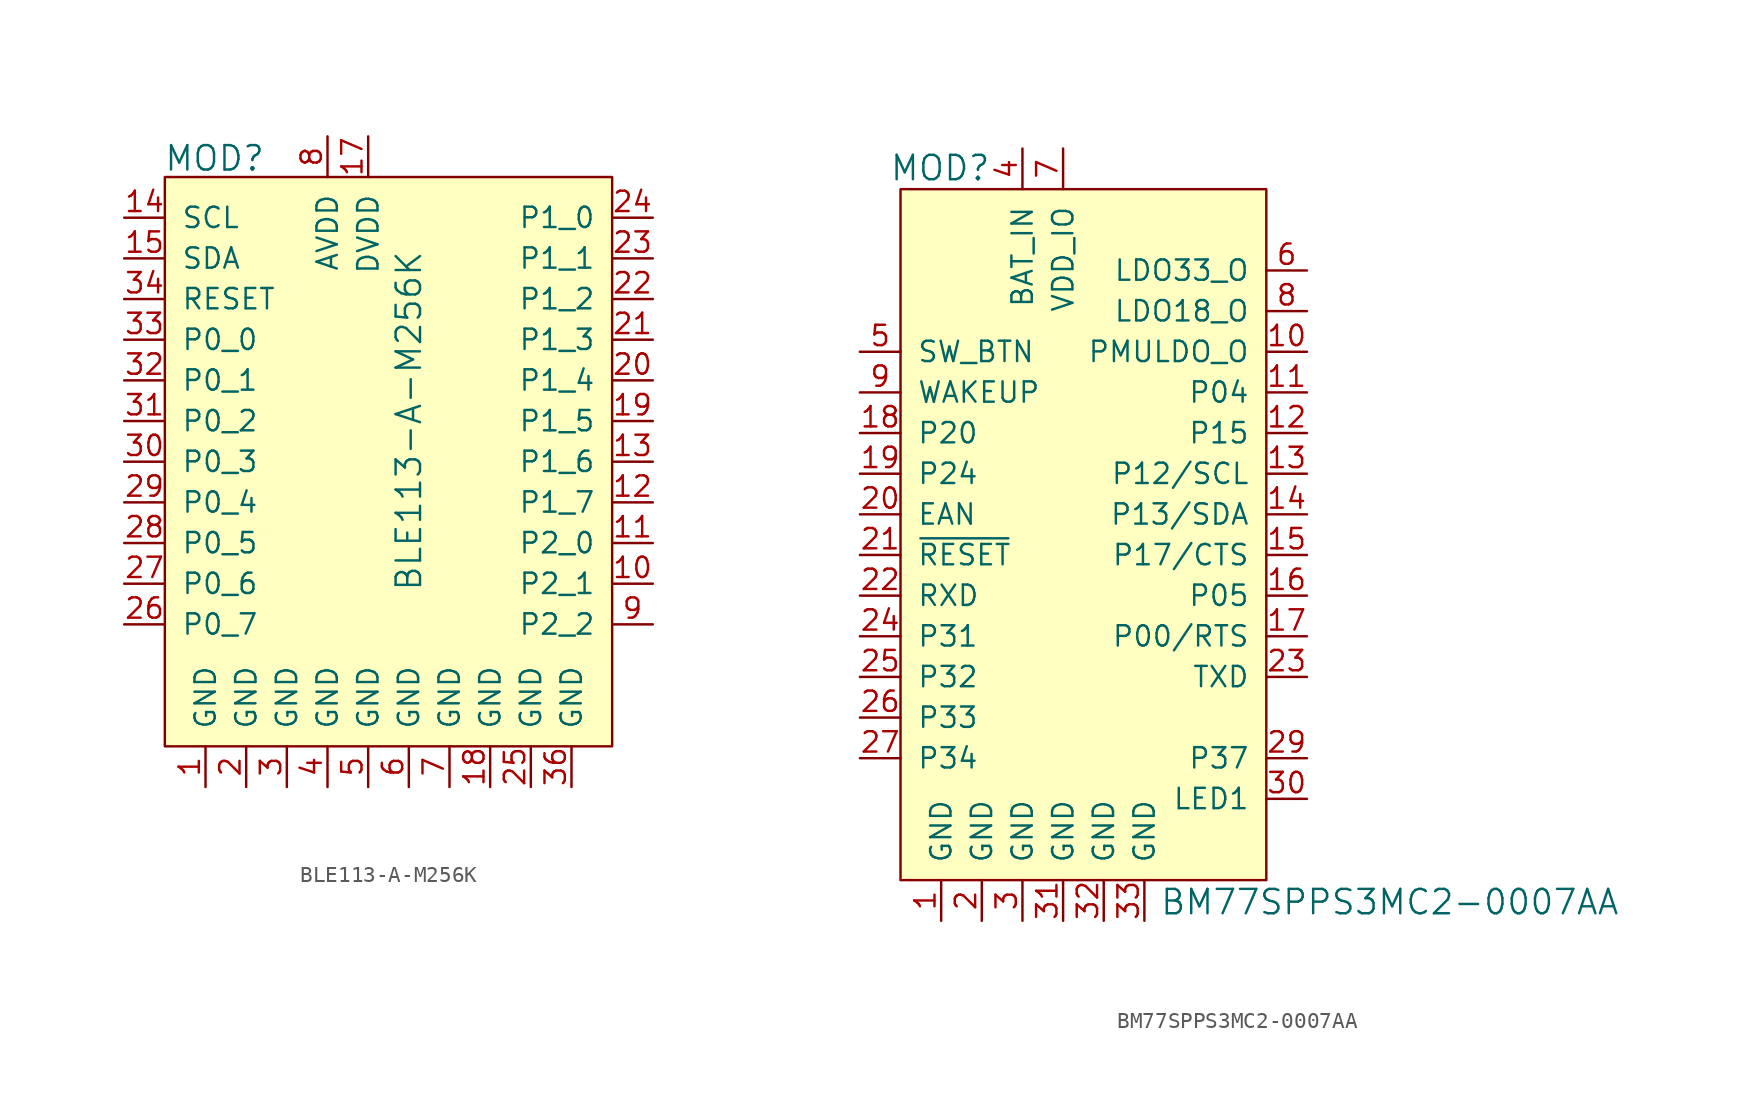
<source format=kicad_sym>
(kicad_symbol_lib
  (version 20201005)
  (generator kicad_symbol_editor)
  (symbol "BLE113-A-M256K"
    (pin_names
      (offset 1.016))
    (property "Reference" "MOD"
      (at -22.936 16.408 0)
      (effects (font (size 1.524 1.524)) (justify left)))
    (property "Value" "BLE113-A-M256K"
      (at -7.62 0 90)
      (effects (font (size 1.524 1.524))))
    (symbol "BLE113-A-M256K_0_1"
      (rectangle (start -22.86 15.24) (end 5.08 -20.32) (stroke (width 0)) (fill (type background))))
    (symbol "BLE113-A-M256K_1_1"
      (pin power_in line (at -20.32 -22.86 90) (length 2.54) (name "GND" (effects (font (size 1.27 1.27)))) (number "1" (effects (font (size 1.27 1.27)))))
      (pin power_in line (at -17.78 -22.86 90) (length 2.54) (name "GND" (effects (font (size 1.27 1.27)))) (number "2" (effects (font (size 1.27 1.27)))))
      (pin power_in line (at -15.24 -22.86 90) (length 2.54) (name "GND" (effects (font (size 1.27 1.27)))) (number "3" (effects (font (size 1.27 1.27)))))
      (pin power_in line (at -12.7 -22.86 90) (length 2.54) (name "GND" (effects (font (size 1.27 1.27)))) (number "4" (effects (font (size 1.27 1.27)))))
      (pin power_in line (at -10.16 -22.86 90) (length 2.54) (name "GND" (effects (font (size 1.27 1.27)))) (number "5" (effects (font (size 1.27 1.27)))))
      (pin power_in line (at -7.62 -22.86 90) (length 2.54) (name "GND" (effects (font (size 1.27 1.27)))) (number "6" (effects (font (size 1.27 1.27)))))
      (pin power_in line (at -5.08 -22.86 90) (length 2.54) (name "GND" (effects (font (size 1.27 1.27)))) (number "7" (effects (font (size 1.27 1.27)))))
      (pin power_in line (at -12.7 17.78 270) (length 2.54) (name "AVDD" (effects (font (size 1.27 1.27)))) (number "8" (effects (font (size 1.27 1.27)))))
      (pin bidirectional line (at 7.62 -12.7 180) (length 2.54) (name "P2_2" (effects (font (size 1.27 1.27)))) (number "9" (effects (font (size 1.27 1.27)))))
      (pin bidirectional line (at 7.62 -10.16 180) (length 2.54) (name "P2_1" (effects (font (size 1.27 1.27)))) (number "10" (effects (font (size 1.27 1.27)))))
      (pin power_in line (at 7.62 2.54 180) (length 2.54) (name "P1_4" (effects (font (size 1.27 1.27)))) (number "20" (effects (font (size 1.27 1.27)))))
      (pin bidirectional line (at -25.4 -2.54 0) (length 2.54) (name "P0_3" (effects (font (size 1.27 1.27)))) (number "30" (effects (font (size 1.27 1.27)))))
      (pin bidirectional line (at 7.62 -7.62 180) (length 2.54) (name "P2_0" (effects (font (size 1.27 1.27)))) (number "11" (effects (font (size 1.27 1.27)))))
      (pin power_in line (at 7.62 5.08 180) (length 2.54) (name "P1_3" (effects (font (size 1.27 1.27)))) (number "21" (effects (font (size 1.27 1.27)))))
      (pin bidirectional line (at -25.4 0 0) (length 2.54) (name "P0_2" (effects (font (size 1.27 1.27)))) (number "31" (effects (font (size 1.27 1.27)))))
      (pin bidirectional line (at 7.62 -5.08 180) (length 2.54) (name "P1_7" (effects (font (size 1.27 1.27)))) (number "12" (effects (font (size 1.27 1.27)))))
      (pin power_in line (at 7.62 7.62 180) (length 2.54) (name "P1_2" (effects (font (size 1.27 1.27)))) (number "22" (effects (font (size 1.27 1.27)))))
      (pin bidirectional line (at -25.4 2.54 0) (length 2.54) (name "P0_1" (effects (font (size 1.27 1.27)))) (number "32" (effects (font (size 1.27 1.27)))))
      (pin bidirectional line (at 7.62 -2.54 180) (length 2.54) (name "P1_6" (effects (font (size 1.27 1.27)))) (number "13" (effects (font (size 1.27 1.27)))))
      (pin power_in line (at 7.62 10.16 180) (length 2.54) (name "P1_1" (effects (font (size 1.27 1.27)))) (number "23" (effects (font (size 1.27 1.27)))))
      (pin bidirectional line (at -25.4 5.08 0) (length 2.54) (name "P0_0" (effects (font (size 1.27 1.27)))) (number "33" (effects (font (size 1.27 1.27)))))
      (pin bidirectional line (at -25.4 12.7 0) (length 2.54) (name "SCL" (effects (font (size 1.27 1.27)))) (number "14" (effects (font (size 1.27 1.27)))))
      (pin power_in line (at 7.62 12.7 180) (length 2.54) (name "P1_0" (effects (font (size 1.27 1.27)))) (number "24" (effects (font (size 1.27 1.27)))))
      (pin input line (at -25.4 7.62 0) (length 2.54) (name "RESET" (effects (font (size 1.27 1.27)))) (number "34" (effects (font (size 1.27 1.27)))))
      (pin bidirectional line (at -25.4 10.16 0) (length 2.54) (name "SDA" (effects (font (size 1.27 1.27)))) (number "15" (effects (font (size 1.27 1.27)))))
      (pin power_in line (at 0 -22.86 90) (length 2.54) (name "GND" (effects (font (size 1.27 1.27)))) (number "25" (effects (font (size 1.27 1.27)))))
      (pin no_connect line (at -22.86 -17.78 0) (length 2.54) hide (name "NC" (effects (font (size 1.27 1.27)))) (number "35" (effects (font (size 1.27 1.27)))))
      (pin no_connect line (at -22.86 -15.24 0) (length 2.54) hide (name "NC" (effects (font (size 1.27 1.27)))) (number "16" (effects (font (size 1.27 1.27)))))
      (pin bidirectional line (at -25.4 -12.7 0) (length 2.54) (name "P0_7" (effects (font (size 1.27 1.27)))) (number "26" (effects (font (size 1.27 1.27)))))
      (pin power_in line (at 2.54 -22.86 90) (length 2.54) (name "GND" (effects (font (size 1.27 1.27)))) (number "36" (effects (font (size 1.27 1.27)))))
      (pin power_in line (at -10.16 17.78 270) (length 2.54) (name "DVDD" (effects (font (size 1.27 1.27)))) (number "17" (effects (font (size 1.27 1.27)))))
      (pin bidirectional line (at -25.4 -10.16 0) (length 2.54) (name "P0_6" (effects (font (size 1.27 1.27)))) (number "27" (effects (font (size 1.27 1.27)))))
      (pin power_in line (at -2.54 -22.86 90) (length 2.54) (name "GND" (effects (font (size 1.27 1.27)))) (number "18" (effects (font (size 1.27 1.27)))))
      (pin bidirectional line (at -25.4 -7.62 0) (length 2.54) (name "P0_5" (effects (font (size 1.27 1.27)))) (number "28" (effects (font (size 1.27 1.27)))))
      (pin power_in line (at 7.62 0 180) (length 2.54) (name "P1_5" (effects (font (size 1.27 1.27)))) (number "19" (effects (font (size 1.27 1.27)))))
      (pin bidirectional line (at -25.4 -5.08 0) (length 2.54) (name "P0_4" (effects (font (size 1.27 1.27)))) (number "29" (effects (font (size 1.27 1.27)))))))
  (symbol "BM77SPPS3MC2-0007AA"
    (pin_names
      (offset 1.016))
    (property "Reference" "MOD"
      (at -4.496 14.021 0)
      (effects (font (size 1.524 1.524)) (justify right)))
    (property "Value" "BM77SPPS3MC2-0007AA"
      (at 6.02 -31.852 0)
      (effects (font (size 1.524 1.524)) (justify left)))
    (symbol "BM77SPPS3MC2-0007AA_1_1"
      (rectangle (start -10.16 12.7) (end 12.7 -30.48) (stroke (width 0)) (fill (type background)))
      (pin power_in line (at -7.62 -33.02 90) (length 2.54) (name "GND" (effects (font (size 1.27 1.27)))) (number "1" (effects (font (size 1.27 1.27)))))
      (pin power_in line (at -5.08 -33.02 90) (length 2.54) (name "GND" (effects (font (size 1.27 1.27)))) (number "2" (effects (font (size 1.27 1.27)))))
      (pin power_in line (at -2.54 -33.02 90) (length 2.54) (name "GND" (effects (font (size 1.27 1.27)))) (number "3" (effects (font (size 1.27 1.27)))))
      (pin power_in line (at -2.54 15.24 270) (length 2.54) (name "BAT_IN" (effects (font (size 1.27 1.27)))) (number "4" (effects (font (size 1.27 1.27)))))
      (pin input line (at -12.7 2.54 0) (length 2.54) (name "SW_BTN" (effects (font (size 1.27 1.27)))) (number "5" (effects (font (size 1.27 1.27)))))
      (pin power_out line (at 15.24 7.62 180) (length 2.54) (name "LDO33_O" (effects (font (size 1.27 1.27)))) (number "6" (effects (font (size 1.27 1.27)))))
      (pin power_in line (at 0 15.24 270) (length 2.54) (name "VDD_IO" (effects (font (size 1.27 1.27)))) (number "7" (effects (font (size 1.27 1.27)))))
      (pin power_out line (at 15.24 5.08 180) (length 2.54) (name "LDO18_O" (effects (font (size 1.27 1.27)))) (number "8" (effects (font (size 1.27 1.27)))))
      (pin input line (at -12.7 0 0) (length 2.54) (name "WAKEUP" (effects (font (size 1.27 1.27)))) (number "9" (effects (font (size 1.27 1.27)))))
      (pin output line (at 15.24 2.54 180) (length 2.54) (name "PMULDO_O" (effects (font (size 1.27 1.27)))) (number "10" (effects (font (size 1.27 1.27)))))
      (pin input line (at -12.7 -7.62 0) (length 2.54) (name "EAN" (effects (font (size 1.27 1.27)))) (number "20" (effects (font (size 1.27 1.27)))))
      (pin output line (at 15.24 -25.4 180) (length 2.54) (name "LED1" (effects (font (size 1.27 1.27)))) (number "30" (effects (font (size 1.27 1.27)))))
      (pin output line (at 15.24 0 180) (length 2.54) (name "P04" (effects (font (size 1.27 1.27)))) (number "11" (effects (font (size 1.27 1.27)))))
      (pin input line (at -12.7 -10.16 0) (length 2.54) (name "~RESET" (effects (font (size 1.27 1.27)))) (number "21" (effects (font (size 1.27 1.27)))))
      (pin power_in line (at 0 -33.02 90) (length 2.54) (name "GND" (effects (font (size 1.27 1.27)))) (number "31" (effects (font (size 1.27 1.27)))))
      (pin output line (at 15.24 -2.54 180) (length 2.54) (name "P15" (effects (font (size 1.27 1.27)))) (number "12" (effects (font (size 1.27 1.27)))))
      (pin input line (at -12.7 -12.7 0) (length 2.54) (name "RXD" (effects (font (size 1.27 1.27)))) (number "22" (effects (font (size 1.27 1.27)))))
      (pin power_in line (at 2.54 -33.02 90) (length 2.54) (name "GND" (effects (font (size 1.27 1.27)))) (number "32" (effects (font (size 1.27 1.27)))))
      (pin output line (at 15.24 -5.08 180) (length 2.54) (name "P12/SCL" (effects (font (size 1.27 1.27)))) (number "13" (effects (font (size 1.27 1.27)))))
      (pin output line (at 15.24 -17.78 180) (length 2.54) (name "TXD" (effects (font (size 1.27 1.27)))) (number "23" (effects (font (size 1.27 1.27)))))
      (pin power_in line (at 5.08 -33.02 90) (length 2.54) (name "GND" (effects (font (size 1.27 1.27)))) (number "33" (effects (font (size 1.27 1.27)))))
      (pin bidirectional line (at 15.24 -7.62 180) (length 2.54) (name "P13/SDA" (effects (font (size 1.27 1.27)))) (number "14" (effects (font (size 1.27 1.27)))))
      (pin bidirectional line (at -12.7 -15.24 0) (length 2.54) (name "P31" (effects (font (size 1.27 1.27)))) (number "24" (effects (font (size 1.27 1.27)))))
      (pin bidirectional line (at 15.24 -10.16 180) (length 2.54) (name "P17/CTS" (effects (font (size 1.27 1.27)))) (number "15" (effects (font (size 1.27 1.27)))))
      (pin bidirectional line (at -12.7 -17.78 0) (length 2.54) (name "P32" (effects (font (size 1.27 1.27)))) (number "25" (effects (font (size 1.27 1.27)))))
      (pin bidirectional line (at 15.24 -12.7 180) (length 2.54) (name "P05" (effects (font (size 1.27 1.27)))) (number "16" (effects (font (size 1.27 1.27)))))
      (pin bidirectional line (at -12.7 -20.32 0) (length 2.54) (name "P33" (effects (font (size 1.27 1.27)))) (number "26" (effects (font (size 1.27 1.27)))))
      (pin bidirectional line (at 15.24 -15.24 180) (length 2.54) (name "P00/RTS" (effects (font (size 1.27 1.27)))) (number "17" (effects (font (size 1.27 1.27)))))
      (pin bidirectional line (at -12.7 -22.86 0) (length 2.54) (name "P34" (effects (font (size 1.27 1.27)))) (number "27" (effects (font (size 1.27 1.27)))))
      (pin input line (at -12.7 -2.54 0) (length 2.54) (name "P20" (effects (font (size 1.27 1.27)))) (number "18" (effects (font (size 1.27 1.27)))))
      (pin no_connect line (at 12.7 -20.32 180) (length 2.54) hide (name "P36" (effects (font (size 1.27 1.27)))) (number "28" (effects (font (size 1.27 1.27)))))
      (pin input line (at -12.7 -5.08 0) (length 2.54) (name "P24" (effects (font (size 1.27 1.27)))) (number "19" (effects (font (size 1.27 1.27)))))
      (pin bidirectional line (at 15.24 -22.86 180) (length 2.54) (name "P37" (effects (font (size 1.27 1.27)))) (number "29" (effects (font (size 1.27 1.27))))))))
</source>
